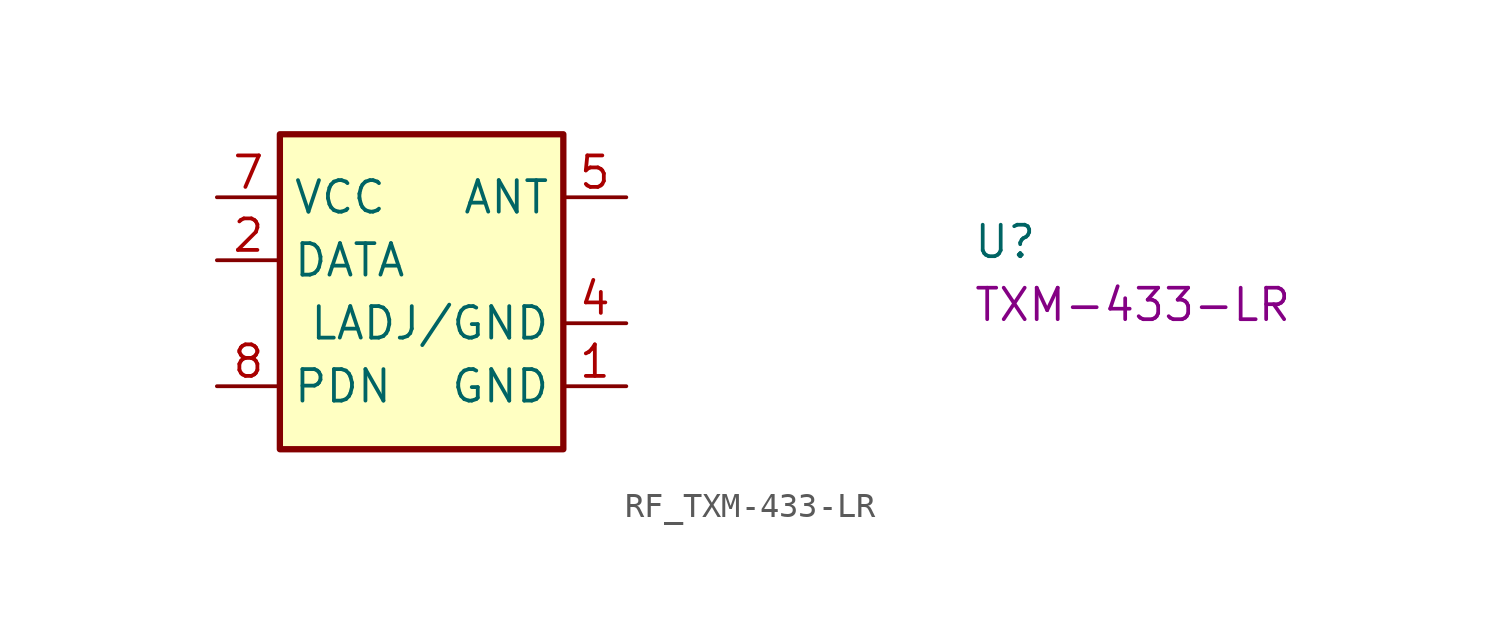
<source format=kicad_sym>
(kicad_symbol_lib
  (version 20220914)
  (generator kicad_symbol_editor)
  (symbol "RF_TXM-433-LR"
    (property "Reference" "U"
      (at 30.48 -2.54 0)
      (effects (font (size 1.27 1.27) (thickness 0.15)) (justify left bottom)))
    (property "MPN" "TXM-433-LR"
      (at 30.48 -5.08 0)
      (effects (font (size 1.27 1.27) (thickness 0.15)) (justify left bottom)))
    (symbol "RF_TXM-433-LR_1_1"
      (rectangle (start 2.54 2.54) (end 13.97 -10.16) (stroke (width 0.254) (type default)) (fill (type background)))
      (pin power_in line (at 16.51 -7.62 180) (length 2.54) (name "GND" (effects (font (size 1.27 1.27)))) (number "1" (effects (font (size 1.27 1.27)))))
      (pin input line (at 0 -2.54 0) (length 2.54) (name "DATA" (effects (font (size 1.27 1.27)))) (number "2" (effects (font (size 1.27 1.27)))))
      (pin passive line (at 16.51 -7.62 180) (length 2.54) hide (name "GND" (effects (font (size 1.27 1.27)))) (number "3" (effects (font (size 1.27 1.27)))))
      (pin power_in line (at 16.51 -5.08 180) (length 2.54) (name "LADJ/GND" (effects (font (size 1.27 1.27)))) (number "4" (effects (font (size 1.27 1.27)))))
      (pin output line (at 16.51 0 180) (length 2.54) (name "ANT" (effects (font (size 1.27 1.27)))) (number "5" (effects (font (size 1.27 1.27)))))
      (pin passive line (at 16.51 -7.62 180) (length 2.54) hide (name "GND" (effects (font (size 1.27 1.27)))) (number "6" (effects (font (size 1.27 1.27)))))
      (pin power_in line (at 0 0 0) (length 2.54) (name "VCC" (effects (font (size 1.27 1.27)))) (number "7" (effects (font (size 1.27 1.27)))))
      (pin input line (at 0 -7.62 0) (length 2.54) (name "PDN" (effects (font (size 1.27 1.27)))) (number "8" (effects (font (size 1.27 1.27))))))))
</source>
